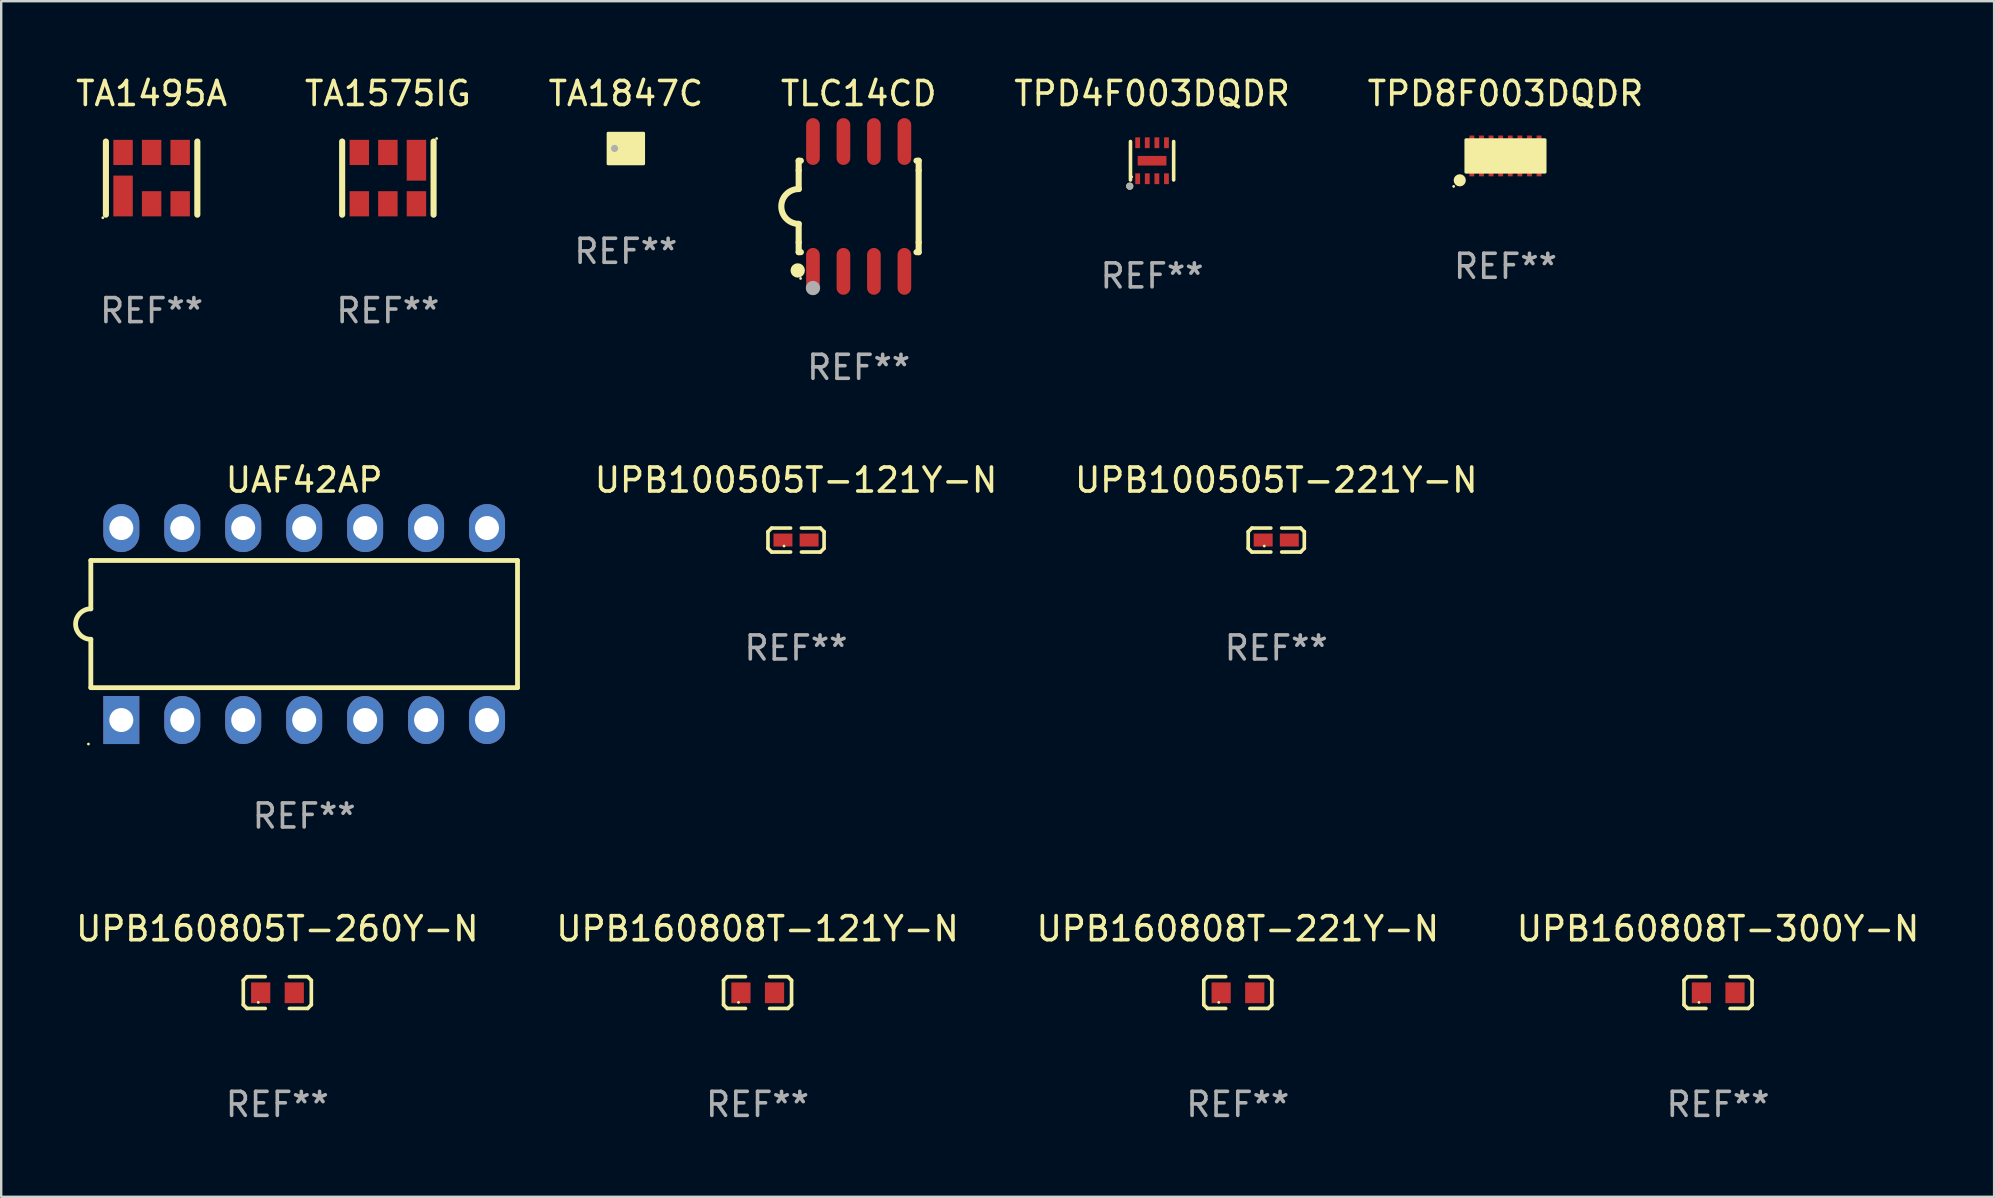
<source format=kicad_pcb>
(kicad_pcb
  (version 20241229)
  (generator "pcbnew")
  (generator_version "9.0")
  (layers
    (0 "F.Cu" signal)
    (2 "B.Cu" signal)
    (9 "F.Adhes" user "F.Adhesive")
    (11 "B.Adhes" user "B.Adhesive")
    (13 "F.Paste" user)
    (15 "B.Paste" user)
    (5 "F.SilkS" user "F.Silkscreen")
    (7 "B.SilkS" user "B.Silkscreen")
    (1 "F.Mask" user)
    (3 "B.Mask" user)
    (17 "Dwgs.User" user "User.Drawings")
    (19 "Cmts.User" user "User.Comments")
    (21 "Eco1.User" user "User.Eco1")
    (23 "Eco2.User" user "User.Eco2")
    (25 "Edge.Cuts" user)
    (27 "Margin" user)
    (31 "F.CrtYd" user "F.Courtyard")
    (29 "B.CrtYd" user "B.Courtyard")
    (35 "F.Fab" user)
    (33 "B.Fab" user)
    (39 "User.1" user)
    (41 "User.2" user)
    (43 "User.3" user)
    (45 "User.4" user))
  (footprint "UPB100505T-121Y-N"
    (layer "F.Cu")
    (at 30.121 19.454)
    (property "Reference" "UPB100505T-121Y-N" (at 0 -2.499 0) (layer "F.SilkS") (effects (font (size 1 1) (thickness 0.15))))
    (attr through_hole)
    (fp_line (start -1.169 -0.346) (end -1.016 -0.499) (stroke (width 0.152) (type solid)) (layer "F.SilkS"))
    (fp_line (start -1.169 0.346) (end -1.169 -0.346) (stroke (width 0.152) (type solid)) (layer "F.SilkS"))
    (fp_line (start -1.016 -0.499) (end -0.226 -0.499) (stroke (width 0.152) (type solid)) (layer "F.SilkS"))
    (fp_line (start -1.016 0.499) (end -1.169 0.346) (stroke (width 0.152) (type solid)) (layer "F.SilkS"))
    (fp_line (start -0.226 0.499) (end -1.016 0.499) (stroke (width 0.152) (type solid)) (layer "F.SilkS"))
    (fp_line (start 0.226 0.499) (end 1.016 0.499) (stroke (width 0.152) (type solid)) (layer "F.SilkS"))
    (fp_line (start 1.016 -0.499) (end 0.226 -0.499) (stroke (width 0.152) (type solid)) (layer "F.SilkS"))
    (fp_line (start 1.016 0.499) (end 1.169 0.346) (stroke (width 0.152) (type solid)) (layer "F.SilkS"))
    (fp_line (start 1.169 -0.346) (end 1.016 -0.499) (stroke (width 0.152) (type solid)) (layer "F.SilkS"))
    (fp_line (start 1.169 0.346) (end 1.169 -0.346) (stroke (width 0.152) (type solid)) (layer "F.SilkS"))
    (fp_circle (center -0.5 0.25) (end -0.47 0.25) (stroke (width 0.06) (type solid)) (fill no) (layer "F.SilkS"))
    (fp_text user "REF**" (at 0 4.499 0) (layer "F.Fab") (effects (font (size 1 1) (thickness 0.15))))
    (pad "1" smd rect (at -0.545 0) (size 0.79 0.54) (layers "F.Cu" "F.Mask" "F.Paste"))
    (pad "2" smd rect (at 0.545 0) (size 0.79 0.54) (layers "F.Cu" "F.Mask" "F.Paste")))
  (footprint "UPB100505T-221Y-N"
    (layer "F.Cu")
    (at 50.133 19.454)
    (property "Reference" "UPB100505T-221Y-N" (at 0 -2.499 0) (layer "F.SilkS") (effects (font (size 1 1) (thickness 0.15))))
    (attr through_hole)
    (fp_line (start -1.169 -0.346) (end -1.016 -0.499) (stroke (width 0.152) (type solid)) (layer "F.SilkS"))
    (fp_line (start -1.169 0.346) (end -1.169 -0.346) (stroke (width 0.152) (type solid)) (layer "F.SilkS"))
    (fp_line (start -1.016 -0.499) (end -0.226 -0.499) (stroke (width 0.152) (type solid)) (layer "F.SilkS"))
    (fp_line (start -1.016 0.499) (end -1.169 0.346) (stroke (width 0.152) (type solid)) (layer "F.SilkS"))
    (fp_line (start -0.226 0.499) (end -1.016 0.499) (stroke (width 0.152) (type solid)) (layer "F.SilkS"))
    (fp_line (start 0.226 0.499) (end 1.016 0.499) (stroke (width 0.152) (type solid)) (layer "F.SilkS"))
    (fp_line (start 1.016 -0.499) (end 0.226 -0.499) (stroke (width 0.152) (type solid)) (layer "F.SilkS"))
    (fp_line (start 1.016 0.499) (end 1.169 0.346) (stroke (width 0.152) (type solid)) (layer "F.SilkS"))
    (fp_line (start 1.169 -0.346) (end 1.016 -0.499) (stroke (width 0.152) (type solid)) (layer "F.SilkS"))
    (fp_line (start 1.169 0.346) (end 1.169 -0.346) (stroke (width 0.152) (type solid)) (layer "F.SilkS"))
    (fp_circle (center -0.5 0.25) (end -0.47 0.25) (stroke (width 0.06) (type solid)) (fill no) (layer "F.SilkS"))
    (fp_text user "REF**" (at 0 4.499 0) (layer "F.Fab") (effects (font (size 1 1) (thickness 0.15))))
    (pad "1" smd rect (at -0.545 0) (size 0.79 0.54) (layers "F.Cu" "F.Mask" "F.Paste"))
    (pad "2" smd rect (at 0.545 0) (size 0.79 0.54) (layers "F.Cu" "F.Mask" "F.Paste")))
  (footprint "TLC14CD"
    (layer "F.Cu")
    (at 32.732 5.553)
    (property "Reference" "TLC14CD" (at 0 -4.705 0) (layer "F.SilkS") (effects (font (size 1 1) (thickness 0.15))))
    (attr through_hole)
    (fp_line (start -2.5 -1.905) (end -2.409 -1.905) (stroke (width 0.254) (type solid)) (layer "F.SilkS"))
    (fp_line (start -2.5 -1.5) (end -2.5 -1.905) (stroke (width 0.254) (type solid)) (layer "F.SilkS"))
    (fp_line (start -2.5 -1.5) (end -2.5 -0.726) (stroke (width 0.254) (type solid)) (layer "F.SilkS"))
    (fp_line (start -2.5 1.5) (end -2.5 0.727) (stroke (width 0.254) (type solid)) (layer "F.SilkS"))
    (fp_line (start -2.5 1.5) (end -2.5 1.905) (stroke (width 0.254) (type solid)) (layer "F.SilkS"))
    (fp_line (start -2.5 1.905) (end -2.409 1.905) (stroke (width 0.254) (type solid)) (layer "F.SilkS"))
    (fp_line (start 2.5 -1.905) (end 2.409 -1.905) (stroke (width 0.254) (type solid)) (layer "F.SilkS"))
    (fp_line (start 2.5 -1.5) (end 2.5 -1.905) (stroke (width 0.254) (type solid)) (layer "F.SilkS"))
    (fp_line (start 2.5 -1.5) (end 2.5 1.5) (stroke (width 0.254) (type solid)) (layer "F.SilkS"))
    (fp_line (start 2.5 1.5) (end 2.5 1.905) (stroke (width 0.254) (type solid)) (layer "F.SilkS"))
    (fp_line (start 2.5 1.905) (end 2.409 1.905) (stroke (width 0.254) (type solid)) (layer "F.SilkS"))
    (fp_arc (start -2.5 0.726568) (mid -3.220316 -0.0023) (end -2.495097 -0.726289) (stroke (width 0.254001) (type solid)) (layer "F.SilkS"))
    (fp_circle (center -2.54 2.667) (end -2.39 2.667) (stroke (width 0.3) (type solid)) (fill no) (layer "F.SilkS"))
    (fp_circle (center -2.42 3) (end -2.39 3) (stroke (width 0.06) (type solid)) (fill no) (layer "F.SilkS"))
    (fp_circle (center -1.905 3.4) (end -1.755 3.4) (stroke (width 0.3) (type solid)) (fill no) (layer "F.Fab"))
    (fp_text user "REF**" (at 0 6.705 0) (layer "F.Fab") (effects (font (size 1 1) (thickness 0.15))))
    (pad "1" smd oval (at -1.905 2.705) (size 0.568 1.95) (layers "F.Cu" "F.Mask" "F.Paste"))
    (pad "2" smd oval (at -0.635 2.705) (size 0.568 1.95) (layers "F.Cu" "F.Mask" "F.Paste"))
    (pad "3" smd oval (at 0.635 2.705) (size 0.568 1.95) (layers "F.Cu" "F.Mask" "F.Paste"))
    (pad "4" smd oval (at 1.905 2.705) (size 0.568 1.95) (layers "F.Cu" "F.Mask" "F.Paste"))
    (pad "5" smd oval (at 1.905 -2.705) (size 0.568 1.95) (layers "F.Cu" "F.Mask" "F.Paste"))
    (pad "6" smd oval (at 0.635 -2.705) (size 0.568 1.95) (layers "F.Cu" "F.Mask" "F.Paste"))
    (pad "7" smd oval (at -0.635 -2.705) (size 0.568 1.95) (layers "F.Cu" "F.Mask" "F.Paste"))
    (pad "8" smd oval (at -1.905 -2.705) (size 0.568 1.95) (layers "F.Cu" "F.Mask" "F.Paste")))
  (footprint "UPB160808T-121Y-N"
    (layer "F.Cu")
    (at 28.518 38.312)
    (property "Reference" "UPB160808T-121Y-N" (at 0 -2.661 0) (layer "F.SilkS") (effects (font (size 1 1) (thickness 0.15))))
    (attr through_hole)
    (fp_line (start -1.417 -0.508) (end -1.265 -0.661) (stroke (width 0.152) (type solid)) (layer "F.SilkS"))
    (fp_line (start -1.417 0.508) (end -1.417 -0.508) (stroke (width 0.152) (type solid)) (layer "F.SilkS"))
    (fp_line (start -1.265 -0.661) (end -0.503 -0.661) (stroke (width 0.152) (type solid)) (layer "F.SilkS"))
    (fp_line (start -1.265 0.661) (end -1.417 0.508) (stroke (width 0.152) (type solid)) (layer "F.SilkS"))
    (fp_line (start -1.265 0.661) (end -0.503 0.661) (stroke (width 0.152) (type solid)) (layer "F.SilkS"))
    (fp_line (start 1.265 -0.661) (end 0.503 -0.661) (stroke (width 0.152) (type solid)) (layer "F.SilkS"))
    (fp_line (start 1.265 -0.661) (end 1.417 -0.508) (stroke (width 0.152) (type solid)) (layer "F.SilkS"))
    (fp_line (start 1.265 0.661) (end 0.503 0.661) (stroke (width 0.152) (type solid)) (layer "F.SilkS"))
    (fp_line (start 1.417 -0.508) (end 1.417 0.508) (stroke (width 0.152) (type solid)) (layer "F.SilkS"))
    (fp_line (start 1.417 0.508) (end 1.265 0.661) (stroke (width 0.152) (type solid)) (layer "F.SilkS"))
    (fp_circle (center -0.793 0.409) (end -0.763 0.409) (stroke (width 0.06) (type solid)) (fill no) (layer "F.SilkS"))
    (fp_text user "REF**" (at 0 4.661 0) (layer "F.Fab") (effects (font (size 1 1) (thickness 0.15))))
    (pad "1" smd rect (at -0.693 0.009 180) (size 0.8 0.864) (layers "F.Cu" "F.Mask" "F.Paste"))
    (pad "2" smd rect (at 0.707 0.009 180) (size 0.8 0.864) (layers "F.Cu" "F.Mask" "F.Paste")))
  (footprint "TPD8F003DQDR"
    (layer "F.Cu")
    (at 59.685 3.448)
    (property "Reference" "TPD8F003DQDR" (at 0 -2.6 0) (layer "F.SilkS") (effects (font (size 1 1) (thickness 0.15))))
    (attr through_hole)
    (fp_circle (center -2.159 1.27) (end -2.129 1.27) (stroke (width 0.06) (type solid)) (fill no) (layer "F.SilkS"))
    (fp_circle (center -1.905 1.016) (end -1.778 1.016) (stroke (width 0.254) (type solid)) (fill no) (layer "F.SilkS"))
    (fp_poly (pts (xy -1.65 -0.675) (xy 1.65 -0.675) (xy 1.65 0.675) (xy -1.65 0.675)) (stroke (width 0.12) (type solid)) (fill yes) (layer "F.SilkS"))
    (fp_text user "REF**" (at 0 4.6 0) (layer "F.Fab") (effects (font (size 1 1) (thickness 0.15))))
    (pad "1" smd rect (at -1.4 0.6) (size 0.2 0.5) (layers "F.Cu" "F.Mask" "F.Paste"))
    (pad "2" smd rect (at -1 0.6) (size 0.2 0.5) (layers "F.Cu" "F.Mask" "F.Paste"))
    (pad "3" smd rect (at -0.6 0.6) (size 0.2 0.5) (layers "F.Cu" "F.Mask" "F.Paste"))
    (pad "4" smd rect (at -0.2 0.6) (size 0.2 0.5) (layers "F.Cu" "F.Mask" "F.Paste"))
    (pad "5" smd rect (at 0.2 0.6) (size 0.2 0.5) (layers "F.Cu" "F.Mask" "F.Paste"))
    (pad "6" smd rect (at 0.6 0.6) (size 0.2 0.5) (layers "F.Cu" "F.Mask" "F.Paste"))
    (pad "7" smd rect (at 1 0.6) (size 0.2 0.5) (layers "F.Cu" "F.Mask" "F.Paste"))
    (pad "8" smd rect (at 1.4 0.6) (size 0.2 0.5) (layers "F.Cu" "F.Mask" "F.Paste"))
    (pad "9" smd rect (at 1.4 -0.6) (size 0.2 0.5) (layers "F.Cu" "F.Mask" "F.Paste"))
    (pad "10" smd rect (at 1 -0.6) (size 0.2 0.5) (layers "F.Cu" "F.Mask" "F.Paste"))
    (pad "11" smd rect (at 0.6 -0.6) (size 0.2 0.5) (layers "F.Cu" "F.Mask" "F.Paste"))
    (pad "12" smd rect (at 0.2 -0.6) (size 0.2 0.5) (layers "F.Cu" "F.Mask" "F.Paste"))
    (pad "13" smd rect (at -0.2 -0.6) (size 0.2 0.5) (layers "F.Cu" "F.Mask" "F.Paste"))
    (pad "14" smd rect (at -0.6 -0.6) (size 0.2 0.5) (layers "F.Cu" "F.Mask" "F.Paste"))
    (pad "15" smd rect (at -1 -0.6) (size 0.2 0.5) (layers "F.Cu" "F.Mask" "F.Paste"))
    (pad "16" smd rect (at -1.4 -0.6) (size 0.2 0.5) (layers "F.Cu" "F.Mask" "F.Paste"))
    (pad "17" smd rect (at 0 0.000127) (size 2.8 0.4) (layers "F.Cu" "F.Mask" "F.Paste")))
  (footprint "UPB160805T-260Y-N"
    (layer "F.Cu")
    (at 8.506 38.312)
    (property "Reference" "UPB160805T-260Y-N" (at 0 -2.661 0) (layer "F.SilkS") (effects (font (size 1 1) (thickness 0.15))))
    (attr through_hole)
    (fp_line (start -1.417 -0.508) (end -1.265 -0.661) (stroke (width 0.152) (type solid)) (layer "F.SilkS"))
    (fp_line (start -1.417 0.508) (end -1.417 -0.508) (stroke (width 0.152) (type solid)) (layer "F.SilkS"))
    (fp_line (start -1.265 -0.661) (end -0.503 -0.661) (stroke (width 0.152) (type solid)) (layer "F.SilkS"))
    (fp_line (start -1.265 0.661) (end -1.417 0.508) (stroke (width 0.152) (type solid)) (layer "F.SilkS"))
    (fp_line (start -1.265 0.661) (end -0.503 0.661) (stroke (width 0.152) (type solid)) (layer "F.SilkS"))
    (fp_line (start 1.265 -0.661) (end 0.503 -0.661) (stroke (width 0.152) (type solid)) (layer "F.SilkS"))
    (fp_line (start 1.265 -0.661) (end 1.417 -0.508) (stroke (width 0.152) (type solid)) (layer "F.SilkS"))
    (fp_line (start 1.265 0.661) (end 0.503 0.661) (stroke (width 0.152) (type solid)) (layer "F.SilkS"))
    (fp_line (start 1.417 -0.508) (end 1.417 0.508) (stroke (width 0.152) (type solid)) (layer "F.SilkS"))
    (fp_line (start 1.417 0.508) (end 1.265 0.661) (stroke (width 0.152) (type solid)) (layer "F.SilkS"))
    (fp_circle (center -0.793 0.409) (end -0.763 0.409) (stroke (width 0.06) (type solid)) (fill no) (layer "F.SilkS"))
    (fp_text user "REF**" (at 0 4.661 0) (layer "F.Fab") (effects (font (size 1 1) (thickness 0.15))))
    (pad "1" smd rect (at -0.693 0.009 180) (size 0.8 0.864) (layers "F.Cu" "F.Mask" "F.Paste"))
    (pad "2" smd rect (at 0.707 0.009 180) (size 0.8 0.864) (layers "F.Cu" "F.Mask" "F.Paste")))
  (footprint "TA1575IG"
    (layer "F.Cu")
    (at 13.113 4.372)
    (property "Reference" "TA1575IG" (at 0 -3.524 0) (layer "F.SilkS") (effects (font (size 1 1) (thickness 0.15))))
    (attr through_hole)
    (fp_line (start -1.905 -1.524) (end -1.905 1.524) (stroke (width 0.254) (type solid)) (layer "F.SilkS"))
    (fp_line (start 1.905 -1.524) (end 1.905 1.524) (stroke (width 0.254) (type solid)) (layer "F.SilkS"))
    (fp_circle (center 2.032 -1.651) (end 2.062 -1.651) (stroke (width 0.06) (type solid)) (fill no) (layer "F.SilkS"))
    (fp_text user "REF**" (at 0 5.524 0) (layer "F.Fab") (effects (font (size 1 1) (thickness 0.15))))
    (pad "1" smd rect (at 1.19 -0.745 180) (size 0.81 1.7) (layers "F.Cu" "F.Mask" "F.Paste"))
    (pad "2" smd rect (at 0 -1.07 180) (size 0.81 1.05) (layers "F.Cu" "F.Mask" "F.Paste"))
    (pad "3" smd rect (at -1.19 -1.07 180) (size 0.81 1.05) (layers "F.Cu" "F.Mask" "F.Paste"))
    (pad "4" smd rect (at -1.19 1.07 180) (size 0.81 1.05) (layers "F.Cu" "F.Mask" "F.Paste"))
    (pad "5" smd rect (at 0 1.07 180) (size 0.81 1.05) (layers "F.Cu" "F.Mask" "F.Paste"))
    (pad "6" smd rect (at 1.19 1.07 180) (size 0.81 1.05) (layers "F.Cu" "F.Mask" "F.Paste")))
  (footprint "UPB160808T-300Y-N"
    (layer "F.Cu")
    (at 68.542 38.312)
    (property "Reference" "UPB160808T-300Y-N" (at 0 -2.661 0) (layer "F.SilkS") (effects (font (size 1 1) (thickness 0.15))))
    (attr through_hole)
    (fp_line (start -1.417 -0.508) (end -1.265 -0.661) (stroke (width 0.152) (type solid)) (layer "F.SilkS"))
    (fp_line (start -1.417 0.508) (end -1.417 -0.508) (stroke (width 0.152) (type solid)) (layer "F.SilkS"))
    (fp_line (start -1.265 -0.661) (end -0.503 -0.661) (stroke (width 0.152) (type solid)) (layer "F.SilkS"))
    (fp_line (start -1.265 0.661) (end -1.417 0.508) (stroke (width 0.152) (type solid)) (layer "F.SilkS"))
    (fp_line (start -1.265 0.661) (end -0.503 0.661) (stroke (width 0.152) (type solid)) (layer "F.SilkS"))
    (fp_line (start 1.265 -0.661) (end 0.503 -0.661) (stroke (width 0.152) (type solid)) (layer "F.SilkS"))
    (fp_line (start 1.265 -0.661) (end 1.417 -0.508) (stroke (width 0.152) (type solid)) (layer "F.SilkS"))
    (fp_line (start 1.265 0.661) (end 0.503 0.661) (stroke (width 0.152) (type solid)) (layer "F.SilkS"))
    (fp_line (start 1.417 -0.508) (end 1.417 0.508) (stroke (width 0.152) (type solid)) (layer "F.SilkS"))
    (fp_line (start 1.417 0.508) (end 1.265 0.661) (stroke (width 0.152) (type solid)) (layer "F.SilkS"))
    (fp_circle (center -0.793 0.409) (end -0.763 0.409) (stroke (width 0.06) (type solid)) (fill no) (layer "F.SilkS"))
    (fp_text user "REF**" (at 0 4.661 0) (layer "F.Fab") (effects (font (size 1 1) (thickness 0.15))))
    (pad "1" smd rect (at -0.693 0.009 180) (size 0.8 0.864) (layers "F.Cu" "F.Mask" "F.Paste"))
    (pad "2" smd rect (at 0.707 0.009 180) (size 0.8 0.864) (layers "F.Cu" "F.Mask" "F.Paste")))
  (footprint "TA1847C"
    (layer "F.Cu")
    (at 23.03 3.136)
    (property "Reference" "TA1847C" (at 0 -2.288 0) (layer "F.SilkS") (effects (font (size 1 1) (thickness 0.15))))
    (attr through_hole)
    (fp_circle (center -0.55 0.45) (end -0.52 0.45) (stroke (width 0.06) (type solid)) (fill no) (layer "F.SilkS"))
    (fp_poly (pts (xy -0.74 -0.635) (xy 0.74 -0.635) (xy 0.74 0.64) (xy -0.74 0.64)) (stroke (width 0.12) (type solid)) (fill yes) (layer "F.SilkS"))
    (fp_circle (center -0.47 0) (end -0.395 0) (stroke (width 0.15) (type solid)) (fill no) (layer "F.Fab"))
    (fp_text user "REF**" (at 0 4.288 0) (layer "F.Fab") (effects (font (size 1 1) (thickness 0.15))))
    (pad "1" smd rect (at -0.425 0 90) (size 0.25 0.25) (layers "F.Cu" "F.Mask" "F.Paste"))
    (pad "2" smd rect (at 0.000254 0.288 270) (size 0.325 0.2) (layers "F.Cu" "F.Mask" "F.Paste"))
    (pad "3" smd rect (at 0.425 0.288) (size 0.25 0.325) (layers "F.Cu" "F.Mask" "F.Paste"))
    (pad "4" smd rect (at 0.425 -0.288) (size 0.25 0.325) (layers "F.Cu" "F.Mask" "F.Paste"))
    (pad "5" smd rect (at 0.000254 -0.288 270) (size 0.325 0.2) (layers "F.Cu" "F.Mask" "F.Paste")))
  (footprint "TA1495A"
    (layer "F.Cu")
    (at 3.268 4.372)
    (property "Reference" "TA1495A" (at 0 -3.524 0) (layer "F.SilkS") (effects (font (size 1 1) (thickness 0.15))))
    (attr through_hole)
    (fp_line (start -1.905 1.524) (end -1.905 -1.524) (stroke (width 0.254) (type solid)) (layer "F.SilkS"))
    (fp_line (start 1.905 1.524) (end 1.905 -1.524) (stroke (width 0.254) (type solid)) (layer "F.SilkS"))
    (fp_circle (center -2.032 1.651) (end -2.002 1.651) (stroke (width 0.06) (type solid)) (fill no) (layer "F.SilkS"))
    (fp_text user "REF**" (at 0 5.524 0) (layer "F.Fab") (effects (font (size 1 1) (thickness 0.15))))
    (pad "1" smd rect (at -1.19 0.745) (size 0.81 1.7) (layers "F.Cu" "F.Mask" "F.Paste"))
    (pad "2" smd rect (at 0 1.07) (size 0.81 1.05) (layers "F.Cu" "F.Mask" "F.Paste"))
    (pad "3" smd rect (at 1.19 1.07) (size 0.81 1.05) (layers "F.Cu" "F.Mask" "F.Paste"))
    (pad "4" smd rect (at 1.19 -1.07) (size 0.81 1.05) (layers "F.Cu" "F.Mask" "F.Paste"))
    (pad "5" smd rect (at 0 -1.07) (size 0.81 1.05) (layers "F.Cu" "F.Mask" "F.Paste"))
    (pad "6" smd rect (at -1.19 -1.07) (size 0.81 1.05) (layers "F.Cu" "F.Mask" "F.Paste")))
  (footprint "UPB160808T-221Y-N"
    (layer "F.Cu")
    (at 48.53 38.312)
    (property "Reference" "UPB160808T-221Y-N" (at 0 -2.661 0) (layer "F.SilkS") (effects (font (size 1 1) (thickness 0.15))))
    (attr through_hole)
    (fp_line (start -1.417 -0.508) (end -1.265 -0.661) (stroke (width 0.152) (type solid)) (layer "F.SilkS"))
    (fp_line (start -1.417 0.508) (end -1.417 -0.508) (stroke (width 0.152) (type solid)) (layer "F.SilkS"))
    (fp_line (start -1.265 -0.661) (end -0.503 -0.661) (stroke (width 0.152) (type solid)) (layer "F.SilkS"))
    (fp_line (start -1.265 0.661) (end -1.417 0.508) (stroke (width 0.152) (type solid)) (layer "F.SilkS"))
    (fp_line (start -1.265 0.661) (end -0.503 0.661) (stroke (width 0.152) (type solid)) (layer "F.SilkS"))
    (fp_line (start 1.265 -0.661) (end 0.503 -0.661) (stroke (width 0.152) (type solid)) (layer "F.SilkS"))
    (fp_line (start 1.265 -0.661) (end 1.417 -0.508) (stroke (width 0.152) (type solid)) (layer "F.SilkS"))
    (fp_line (start 1.265 0.661) (end 0.503 0.661) (stroke (width 0.152) (type solid)) (layer "F.SilkS"))
    (fp_line (start 1.417 -0.508) (end 1.417 0.508) (stroke (width 0.152) (type solid)) (layer "F.SilkS"))
    (fp_line (start 1.417 0.508) (end 1.265 0.661) (stroke (width 0.152) (type solid)) (layer "F.SilkS"))
    (fp_circle (center -0.793 0.409) (end -0.763 0.409) (stroke (width 0.06) (type solid)) (fill no) (layer "F.SilkS"))
    (fp_text user "REF**" (at 0 4.661 0) (layer "F.Fab") (effects (font (size 1 1) (thickness 0.15))))
    (pad "1" smd rect (at -0.693 0.009 180) (size 0.8 0.864) (layers "F.Cu" "F.Mask" "F.Paste"))
    (pad "2" smd rect (at 0.707 0.009 180) (size 0.8 0.864) (layers "F.Cu" "F.Mask" "F.Paste")))
  (footprint "UAF42AP"
    (layer "F.Cu")
    (at 9.625 22.955)
    (property "Reference" "UAF42AP" (at 0 -6 0) (layer "F.SilkS") (effects (font (size 1 1) (thickness 0.15))))
    (attr through_hole)
    (fp_line (start -8.89 -2.65) (end -8.89 -0.635) (stroke (width 0.2) (type solid)) (layer "F.SilkS"))
    (fp_line (start -8.89 0.635) (end -8.89 2.65) (stroke (width 0.2) (type solid)) (layer "F.SilkS"))
    (fp_line (start -8.89 2.65) (end 8.89 2.65) (stroke (width 0.2) (type solid)) (layer "F.SilkS"))
    (fp_line (start 8.89 -2.65) (end -8.89 -2.65) (stroke (width 0.2) (type solid)) (layer "F.SilkS"))
    (fp_line (start 8.89 2.65) (end 8.89 -2.65) (stroke (width 0.2) (type solid)) (layer "F.SilkS"))
    (fp_arc (start -8.890018 0.635001) (mid -9.525019 0) (end -8.890018 -0.635001) (stroke (width 0.2) (type solid)) (layer "F.SilkS"))
    (fp_circle (center -8.99 5) (end -8.96 5) (stroke (width 0.06) (type solid)) (fill no) (layer "F.SilkS"))
    (fp_text user "REF**" (at 0 8 0) (layer "F.Fab") (effects (font (size 1 1) (thickness 0.15))))
    (pad "1" thru_hole rect (at -7.62 4 90) (size 2 1.5) (drill 1) (layers "*.Cu" "*.Mask"))
    (pad "2" thru_hole oval (at -5.08 4 90) (size 2 1.5) (drill 1) (layers "*.Cu" "*.Mask"))
    (pad "3" thru_hole oval (at -2.54 4 90) (size 2 1.5) (drill 1) (layers "*.Cu" "*.Mask"))
    (pad "4" thru_hole oval (at 0 4 90) (size 2 1.5) (drill 1) (layers "*.Cu" "*.Mask"))
    (pad "5" thru_hole oval (at 2.54 4 90) (size 2 1.5) (drill 1) (layers "*.Cu" "*.Mask"))
    (pad "6" thru_hole oval (at 5.08 4 90) (size 2 1.5) (drill 1) (layers "*.Cu" "*.Mask"))
    (pad "7" thru_hole oval (at 7.62 4 90) (size 2 1.5) (drill 1) (layers "*.Cu" "*.Mask"))
    (pad "8" thru_hole oval (at 7.62 -4 90) (size 2 1.5) (drill 1) (layers "*.Cu" "*.Mask"))
    (pad "9" thru_hole oval (at 5.08 -4 90) (size 2 1.5) (drill 1) (layers "*.Cu" "*.Mask"))
    (pad "10" thru_hole oval (at 2.54 -4 90) (size 2 1.5) (drill 1) (layers "*.Cu" "*.Mask"))
    (pad "11" thru_hole oval (at 0 -4 90) (size 2 1.5) (drill 1) (layers "*.Cu" "*.Mask"))
    (pad "12" thru_hole oval (at -2.54 -4 90) (size 2 1.5) (drill 1) (layers "*.Cu" "*.Mask"))
    (pad "13" thru_hole oval (at -5.08 -4 90) (size 2 1.5) (drill 1) (layers "*.Cu" "*.Mask"))
    (pad "14" thru_hole oval (at -7.62 -4 90) (size 2 1.5) (drill 1) (layers "*.Cu" "*.Mask")))
  (footprint "TPD4F003DQDR"
    (layer "F.Cu")
    (at 44.958 3.648)
    (property "Reference" "TPD4F003DQDR" (at 0 -2.8 0) (layer "F.SilkS") (effects (font (size 1 1) (thickness 0.15))))
    (attr through_hole)
    (fp_line (start -0.9 -0.8) (end -0.9 0.8) (stroke (width 0.15) (type solid)) (layer "F.SilkS"))
    (fp_line (start 0.9 -0.8) (end 0.9 0.8) (stroke (width 0.15) (type solid)) (layer "F.SilkS"))
    (fp_circle (center -0.93 1.06) (end -0.855 1.06) (stroke (width 0.15) (type solid)) (fill no) (layer "F.SilkS"))
    (fp_circle (center -0.85 0.675) (end -0.82 0.675) (stroke (width 0.06) (type solid)) (fill no) (layer "F.SilkS"))
    (fp_circle (center -0.93 1.06) (end -0.855 1.06) (stroke (width 0.15) (type solid)) (fill no) (layer "F.Fab"))
    (fp_text user "REF**" (at 0 4.8 0) (layer "F.Fab") (effects (font (size 1 1) (thickness 0.15))))
    (pad "1" smd rect (at -0.6 0.75) (size 0.2 0.45) (layers "F.Cu" "F.Mask" "F.Paste"))
    (pad "2" smd rect (at -0.2 0.75) (size 0.2 0.45) (layers "F.Cu" "F.Mask" "F.Paste"))
    (pad "3" smd rect (at 0.2 0.75) (size 0.2 0.45) (layers "F.Cu" "F.Mask" "F.Paste"))
    (pad "4" smd rect (at 0.6 0.75) (size 0.2 0.45) (layers "F.Cu" "F.Mask" "F.Paste"))
    (pad "5" smd rect (at 0.6 -0.75) (size 0.2 0.45) (layers "F.Cu" "F.Mask" "F.Paste"))
    (pad "6" smd rect (at 0.2 -0.75) (size 0.2 0.45) (layers "F.Cu" "F.Mask" "F.Paste"))
    (pad "7" smd rect (at -0.2 -0.75) (size 0.2 0.45) (layers "F.Cu" "F.Mask" "F.Paste"))
    (pad "8" smd rect (at -0.6 -0.75) (size 0.2 0.45) (layers "F.Cu" "F.Mask" "F.Paste"))
    (pad "9" smd rect (at 0 0 90) (size 0.4 1.2) (layers "F.Cu" "F.Mask" "F.Paste")))
  (gr_rect
    (start -3 -3)
    (end 80.048 46.821)
    (stroke (width 0.1) (type default))
    (fill no)
    (layer "Edge.Cuts")))
</source>
